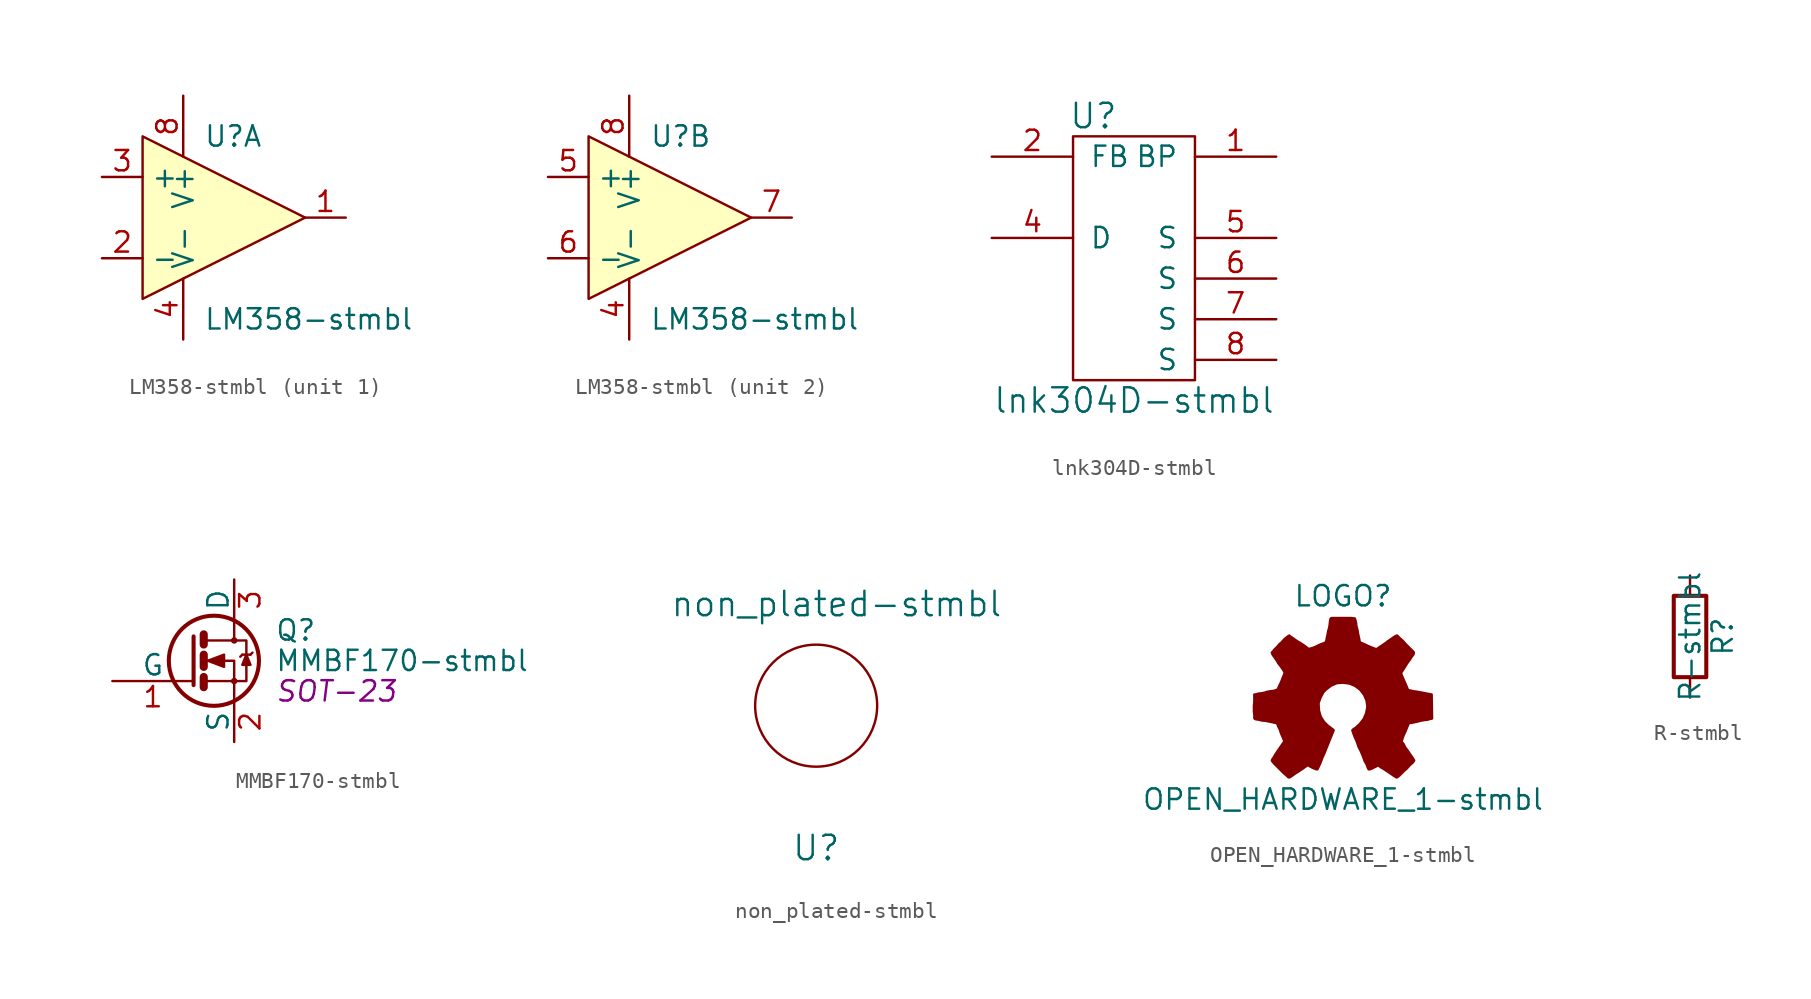
<source format=kicad_sym>
(kicad_symbol_lib
  (version 20211014)
  (generator kicad_symbol_editor)
  (symbol "LM358-stmbl"
    (property "Reference" "U"
      (at -1.27 5.08 0)
      (effects (font (size 1.27 1.27)) (justify left)))
    (property "Value" "LM358-stmbl"
      (at -1.27 -6.35 0)
      (effects (font (size 1.27 1.27)) (justify left)))
    (property "Footprint" ""
      (at 0 0 0)
      (effects (font (size 1.27 1.27))))
    (property "Datasheet" ""
      (at 0 0 0)
      (effects (font (size 1.27 1.27))))
    (symbol "LM358-stmbl_0_1"
      (polyline (pts (xy -5.08 5.08) (xy 5.08 0) (xy -5.08 -5.08) (xy -5.08 5.08)) (stroke (width 0.152) (type default) (color 0 0 0 0)) (fill (type background)))
      (pin power_in line (at -2.54 -7.62 90) (length 3.81) (name "V-" (effects (font (size 1.27 1.27)))) (number "4" (effects (font (size 1.27 1.27)))))
      (pin power_in line (at -2.54 7.62 270) (length 3.81) (name "V+" (effects (font (size 1.27 1.27)))) (number "8" (effects (font (size 1.27 1.27))))))
    (symbol "LM358-stmbl_1_1"
      (pin output line (at 7.62 0 180) (length 2.54) (name "~" (effects (font (size 1.27 1.27)))) (number "1" (effects (font (size 1.27 1.27)))))
      (pin input line (at -7.62 -2.54 0) (length 2.54) (name "-" (effects (font (size 1.27 1.27)))) (number "2" (effects (font (size 1.27 1.27)))))
      (pin input line (at -7.62 2.54 0) (length 2.54) (name "+" (effects (font (size 1.27 1.27)))) (number "3" (effects (font (size 1.27 1.27))))))
    (symbol "LM358-stmbl_2_1"
      (pin input line (at -7.62 2.54 0) (length 2.54) (name "+" (effects (font (size 1.27 1.27)))) (number "5" (effects (font (size 1.27 1.27)))))
      (pin input line (at -7.62 -2.54 0) (length 2.54) (name "-" (effects (font (size 1.27 1.27)))) (number "6" (effects (font (size 1.27 1.27)))))
      (pin output line (at 7.62 0 180) (length 2.54) (name "~" (effects (font (size 1.27 1.27)))) (number "7" (effects (font (size 1.27 1.27)))))))
  (symbol "lnk304D-stmbl"
    (pin_names
      (offset 1.016))
    (property "Reference" "U"
      (at -2.54 5.08 0)
      (effects (font (size 1.524 1.524))))
    (property "Value" "lnk304D-stmbl"
      (at 0 -12.7 0)
      (effects (font (size 1.524 1.524))))
    (property "Footprint" ""
      (at 0 0 0)
      (effects (font (size 1.524 1.524))))
    (property "Datasheet" ""
      (at 0 0 0)
      (effects (font (size 1.524 1.524))))
    (symbol "lnk304D-stmbl_0_1"
      (rectangle (start -3.81 3.81) (end 3.81 -11.43) (stroke (width 0) (type default) (color 0 0 0 0)) (fill (type none))))
    (symbol "lnk304D-stmbl_1_1"
      (pin power_in line (at 8.89 2.54 180) (length 5.08) (name "BP" (effects (font (size 1.27 1.27)))) (number "1" (effects (font (size 1.27 1.27)))))
      (pin input line (at -8.89 2.54 0) (length 5.08) (name "FB" (effects (font (size 1.27 1.27)))) (number "2" (effects (font (size 1.27 1.27)))))
      (pin power_in line (at -8.89 -2.54 0) (length 5.08) (name "D" (effects (font (size 1.27 1.27)))) (number "4" (effects (font (size 1.27 1.27)))))
      (pin power_out line (at 8.89 -2.54 180) (length 5.08) (name "S" (effects (font (size 1.27 1.27)))) (number "5" (effects (font (size 1.27 1.27)))))
      (pin power_out line (at 8.89 -5.08 180) (length 5.08) (name "S" (effects (font (size 1.27 1.27)))) (number "6" (effects (font (size 1.27 1.27)))))
      (pin power_out line (at 8.89 -7.62 180) (length 5.08) (name "S" (effects (font (size 1.27 1.27)))) (number "7" (effects (font (size 1.27 1.27)))))
      (pin power_out line (at 8.89 -10.16 180) (length 5.08) (name "S" (effects (font (size 1.27 1.27)))) (number "8" (effects (font (size 1.27 1.27)))))))
  (symbol "MMBF170-stmbl"
    (pin_names
      (offset 0))
    (property "Reference" "Q"
      (at 5.08 1.905 0)
      (effects (font (size 1.27 1.27)) (justify left)))
    (property "Value" "MMBF170-stmbl"
      (at 5.08 0 0)
      (effects (font (size 1.27 1.27)) (justify left)))
    (property "Footprint" "SOT-23"
      (at 5.08 -1.905 0)
      (effects (font (size 1.27 1.27) italic) (justify left)))
    (property "Datasheet" ""
      (at 0 0 0)
      (effects (font (size 1.27 1.27)) (justify left)))
    (symbol "MMBF170-stmbl_0_1"
      (polyline (pts (xy 0.635 -1.016) (xy 0.635 -1.651)) (stroke (width 0.508) (type default) (color 0 0 0 0)) (fill (type none)))
      (polyline (pts (xy 0.635 0.381) (xy 0.635 -0.381)) (stroke (width 0.508) (type default) (color 0 0 0 0)) (fill (type none)))
      (polyline (pts (xy 0.635 1.651) (xy 0.635 1.016)) (stroke (width 0.508) (type default) (color 0 0 0 0)) (fill (type none)))
      (polyline (pts (xy 3.048 0.381) (xy 2.921 0.254)) (stroke (width 0) (type default) (color 0 0 0 0)) (fill (type none)))
      (polyline (pts (xy 3.048 0.381) (xy 3.556 0.381)) (stroke (width 0) (type default) (color 0 0 0 0)) (fill (type none)))
      (polyline (pts (xy 3.556 0.381) (xy 3.683 0.508)) (stroke (width 0) (type default) (color 0 0 0 0)) (fill (type none)))
      (polyline (pts (xy 0 1.524) (xy 0 -1.524) (xy 0 -1.524)) (stroke (width 0.254) (type default) (color 0 0 0 0)) (fill (type none)))
      (polyline (pts (xy 0.762 -1.27) (xy 2.54 -1.27) (xy 2.54 -2.54) (xy 2.54 -2.54)) (stroke (width 0) (type default) (color 0 0 0 0)) (fill (type none)))
      (polyline (pts (xy 0.762 1.27) (xy 2.54 1.27) (xy 2.54 2.54) (xy 2.54 2.54)) (stroke (width 0) (type default) (color 0 0 0 0)) (fill (type none)))
      (polyline (pts (xy 2.54 1.27) (xy 3.302 1.27) (xy 3.302 -1.27) (xy 2.54 -1.27)) (stroke (width 0) (type default) (color 0 0 0 0)) (fill (type none)))
      (polyline (pts (xy 3.302 0.381) (xy 3.048 -0.254) (xy 3.556 -0.254) (xy 3.302 0.381)) (stroke (width 0) (type default) (color 0 0 0 0)) (fill (type outline)))
      (polyline (pts (xy 0.762 0) (xy 1.27 0) (xy 2.54 0) (xy 2.54 -1.27) (xy 2.54 -1.27)) (stroke (width 0) (type default) (color 0 0 0 0)) (fill (type none)))
      (polyline (pts (xy 0.889 0) (xy 1.905 0.381) (xy 1.905 -0.381) (xy 0.889 0) (xy 1.016 0) (xy 1.016 0)) (stroke (width 0) (type default) (color 0 0 0 0)) (fill (type outline)))
      (circle (center 1.27 0) (radius 2.819) (stroke (width 0.254) (type default) (color 0 0 0 0)) (fill (type none)))
      (circle (center 2.54 -1.27) (radius 0.127) (stroke (width 0) (type default) (color 0 0 0 0)) (fill (type none)))
      (circle (center 2.54 1.27) (radius 0.127) (stroke (width 0) (type default) (color 0 0 0 0)) (fill (type none))))
    (symbol "MMBF170-stmbl_1_1"
      (pin input line (at -5.08 -1.27 0) (length 5.08) (name "G" (effects (font (size 1.27 1.27)))) (number "1" (effects (font (size 1.27 1.27)))))
      (pin passive line (at 2.54 -5.08 90) (length 2.54) (name "S" (effects (font (size 1.27 1.27)))) (number "2" (effects (font (size 1.27 1.27)))))
      (pin passive line (at 2.54 5.08 270) (length 2.54) (name "D" (effects (font (size 1.27 1.27)))) (number "3" (effects (font (size 1.27 1.27)))))))
  (symbol "non_plated-stmbl"
    (pin_names
      (offset 1.016))
    (property "Reference" "U"
      (at 0 -8.89 0)
      (effects (font (size 1.524 1.524))))
    (property "Value" "non_plated-stmbl"
      (at 1.27 6.35 0)
      (effects (font (size 1.524 1.524))))
    (symbol "non_plated-stmbl_0_1"
      (circle (center 0 0) (radius 3.81) (stroke (width 0) (type default) (color 0 0 0 0)) (fill (type none)))))
  (symbol "OPEN_HARDWARE_1-stmbl"
    (pin_names
      (offset 1.016))
    (property "Reference" "LOGO"
      (at 0 6.985 0)
      (effects (font (size 1.27 1.27))))
    (property "Value" "OPEN_HARDWARE_1-stmbl"
      (at 0 -5.715 0)
      (effects (font (size 1.27 1.27))))
    (symbol "OPEN_HARDWARE_1-stmbl_0_1"
      (polyline (pts (xy 3.353 -4.343) (xy 3.302 -4.318) (xy 3.175 -4.242) (xy 2.997 -4.115) (xy 2.769 -3.962) (xy 2.54 -3.81) (xy 2.362 -3.708) (xy 2.235 -3.607) (xy 2.184 -3.581) (xy 2.159 -3.607) (xy 2.057 -3.658) (xy 1.905 -3.734) (xy 1.803 -3.785) (xy 1.676 -3.835) (xy 1.6 -3.835) (xy 1.6 -3.835) (xy 1.549 -3.734) (xy 1.473 -3.531) (xy 1.346 -3.302) (xy 1.245 -3.023) (xy 1.118 -2.718) (xy 0.965 -2.413) (xy 0.864 -2.108) (xy 0.737 -1.829) (xy 0.66 -1.626) (xy 0.61 -1.473) (xy 0.584 -1.397) (xy 0.584 -1.397) (xy 0.66 -1.321) (xy 0.787 -1.245) (xy 1.041 -1.016) (xy 1.295 -0.686) (xy 1.448 -0.33) (xy 1.524 0.076) (xy 1.473 0.457) (xy 1.321 0.813) (xy 1.067 1.143) (xy 0.762 1.372) (xy 0.406 1.524) (xy 0 1.575) (xy -0.381 1.549) (xy -0.737 1.397) (xy -1.067 1.143) (xy -1.219 0.991) (xy -1.397 0.66) (xy -1.524 0.305) (xy -1.524 0.229) (xy -1.499 -0.178) (xy -1.397 -0.533) (xy -1.194 -0.864) (xy -0.914 -1.143) (xy -0.864 -1.168) (xy -0.737 -1.27) (xy -0.635 -1.346) (xy -0.584 -1.397) (xy -1.067 -2.591) (xy -1.143 -2.794) (xy -1.295 -3.124) (xy -1.397 -3.404) (xy -1.499 -3.632) (xy -1.575 -3.785) (xy -1.6 -3.835) (xy -1.6 -3.835) (xy -1.651 -3.835) (xy -1.727 -3.81) (xy -1.905 -3.734) (xy -2.007 -3.683) (xy -2.134 -3.607) (xy -2.21 -3.581) (xy -2.261 -3.607) (xy -2.362 -3.683) (xy -2.54 -3.81) (xy -2.769 -3.962) (xy -2.972 -4.089) (xy -3.15 -4.216) (xy -3.302 -4.318) (xy -3.353 -4.343) (xy -3.378 -4.343) (xy -3.429 -4.318) (xy -3.531 -4.216) (xy -3.708 -4.064) (xy -3.937 -3.835) (xy -3.962 -3.81) (xy -4.166 -3.607) (xy -4.318 -3.454) (xy -4.42 -3.327) (xy -4.445 -3.277) (xy -4.445 -3.277) (xy -4.42 -3.226) (xy -4.318 -3.073) (xy -4.216 -2.896) (xy -4.064 -2.667) (xy -3.658 -2.083) (xy -3.886 -1.549) (xy -3.937 -1.372) (xy -4.039 -1.168) (xy -4.089 -1.041) (xy -4.115 -0.965) (xy -4.191 -0.94) (xy -4.318 -0.914) (xy -4.547 -0.864) (xy -4.801 -0.813) (xy -5.055 -0.787) (xy -5.258 -0.737) (xy -5.436 -0.711) (xy -5.512 -0.686) (xy -5.512 -0.686) (xy -5.537 -0.635) (xy -5.537 -0.559) (xy -5.537 -0.432) (xy -5.563 -0.229) (xy -5.563 0.076) (xy -5.563 0.127) (xy -5.537 0.406) (xy -5.537 0.635) (xy -5.537 0.762) (xy -5.537 0.838) (xy -5.537 0.838) (xy -5.461 0.838) (xy -5.309 0.889) (xy -5.08 0.914) (xy -4.826 0.965) (xy -4.801 0.991) (xy -4.547 1.041) (xy -4.318 1.067) (xy -4.166 1.118) (xy -4.089 1.143) (xy -4.089 1.143) (xy -4.039 1.245) (xy -3.962 1.422) (xy -3.861 1.626) (xy -3.785 1.829) (xy -3.708 2.007) (xy -3.658 2.159) (xy -3.632 2.21) (xy -3.632 2.21) (xy -3.683 2.286) (xy -3.759 2.413) (xy -3.886 2.591) (xy -4.064 2.819) (xy -4.064 2.845) (xy -4.216 3.073) (xy -4.343 3.251) (xy -4.42 3.378) (xy -4.445 3.454) (xy -4.445 3.454) (xy -4.394 3.505) (xy -4.293 3.632) (xy -4.115 3.81) (xy -3.937 4.013) (xy -3.861 4.064) (xy -3.658 4.293) (xy -3.505 4.42) (xy -3.404 4.496) (xy -3.353 4.521) (xy -3.353 4.521) (xy -3.302 4.47) (xy -3.15 4.369) (xy -2.972 4.242) (xy -2.743 4.089) (xy -2.718 4.089) (xy -2.489 3.937) (xy -2.311 3.81) (xy -2.184 3.708) (xy -2.134 3.683) (xy -2.108 3.683) (xy -2.032 3.708) (xy -1.854 3.759) (xy -1.676 3.835) (xy -1.473 3.937) (xy -1.27 4.013) (xy -1.143 4.064) (xy -1.067 4.115) (xy -1.067 4.115) (xy -1.041 4.191) (xy -1.016 4.343) (xy -0.965 4.572) (xy -0.914 4.851) (xy -0.889 4.902) (xy -0.838 5.156) (xy -0.813 5.385) (xy -0.787 5.537) (xy -0.762 5.588) (xy -0.711 5.613) (xy -0.584 5.613) (xy -0.406 5.613) (xy -0.152 5.613) (xy 0.076 5.613) (xy 0.33 5.613) (xy 0.533 5.613) (xy 0.686 5.588) (xy 0.737 5.588) (xy 0.737 5.588) (xy 0.762 5.512) (xy 0.813 5.334) (xy 0.838 5.105) (xy 0.914 4.826) (xy 0.914 4.775) (xy 0.965 4.521) (xy 1.016 4.293) (xy 1.041 4.14) (xy 1.067 4.089) (xy 1.067 4.089) (xy 1.194 4.039) (xy 1.372 3.962) (xy 1.575 3.861) (xy 2.083 3.658) (xy 2.718 4.089) (xy 2.769 4.14) (xy 2.997 4.293) (xy 3.175 4.42) (xy 3.302 4.496) (xy 3.378 4.521) (xy 3.378 4.521) (xy 3.429 4.47) (xy 3.556 4.343) (xy 3.734 4.191) (xy 3.912 3.988) (xy 4.064 3.835) (xy 4.242 3.658) (xy 4.343 3.556) (xy 4.42 3.48) (xy 4.42 3.429) (xy 4.42 3.404) (xy 4.394 3.327) (xy 4.293 3.2) (xy 4.166 2.997) (xy 4.013 2.794) (xy 3.886 2.591) (xy 3.759 2.388) (xy 3.658 2.235) (xy 3.632 2.159) (xy 3.632 2.134) (xy 3.683 2.007) (xy 3.759 1.829) (xy 3.861 1.6) (xy 4.064 1.118) (xy 4.394 1.041) (xy 4.597 1.016) (xy 4.877 0.965) (xy 5.131 0.914) (xy 5.537 0.838) (xy 5.563 -0.66) (xy 5.486 -0.686) (xy 5.436 -0.686) (xy 5.283 -0.737) (xy 5.055 -0.762) (xy 4.801 -0.813) (xy 4.597 -0.864) (xy 4.369 -0.914) (xy 4.216 -0.94) (xy 4.14 -0.94) (xy 4.115 -0.965) (xy 4.064 -1.067) (xy 3.988 -1.245) (xy 3.912 -1.448) (xy 3.81 -1.651) (xy 3.734 -1.854) (xy 3.683 -2.007) (xy 3.658 -2.083) (xy 3.683 -2.134) (xy 3.785 -2.261) (xy 3.886 -2.464) (xy 4.039 -2.667) (xy 4.191 -2.896) (xy 4.318 -3.073) (xy 4.394 -3.2) (xy 4.445 -3.277) (xy 4.42 -3.327) (xy 4.343 -3.429) (xy 4.166 -3.581) (xy 3.937 -3.835) (xy 3.886 -3.861) (xy 3.683 -4.064) (xy 3.531 -4.216) (xy 3.404 -4.318) (xy 3.353 -4.343)) (stroke (width 0) (type default) (color 0 0 0 0)) (fill (type outline)))))
  (symbol "R-stmbl"
    (pin_numbers hide)
    (pin_names
      (offset 0))
    (property "Reference" "R"
      (at 2.032 0 90)
      (effects (font (size 1.27 1.27))))
    (property "Value" "R-stmbl"
      (at 0 0 90)
      (effects (font (size 1.27 1.27))))
    (property "Footprint" ""
      (at -1.778 0 90)
      (effects (font (size 1.27 1.27))))
    (property "Datasheet" ""
      (at 0 0 0)
      (effects (font (size 1.27 1.27))))
    (symbol "R-stmbl_0_1"
      (rectangle (start -1.016 -2.54) (end 1.016 2.54) (stroke (width 0.254) (type default) (color 0 0 0 0)) (fill (type none))))
    (symbol "R-stmbl_1_1"
      (pin passive line (at 0 3.81 270) (length 1.27) (name "~" (effects (font (size 1.27 1.27)))) (number "1" (effects (font (size 1.27 1.27)))))
      (pin passive line (at 0 -3.81 90) (length 1.27) (name "~" (effects (font (size 1.27 1.27)))) (number "2" (effects (font (size 1.27 1.27))))))))
</source>
